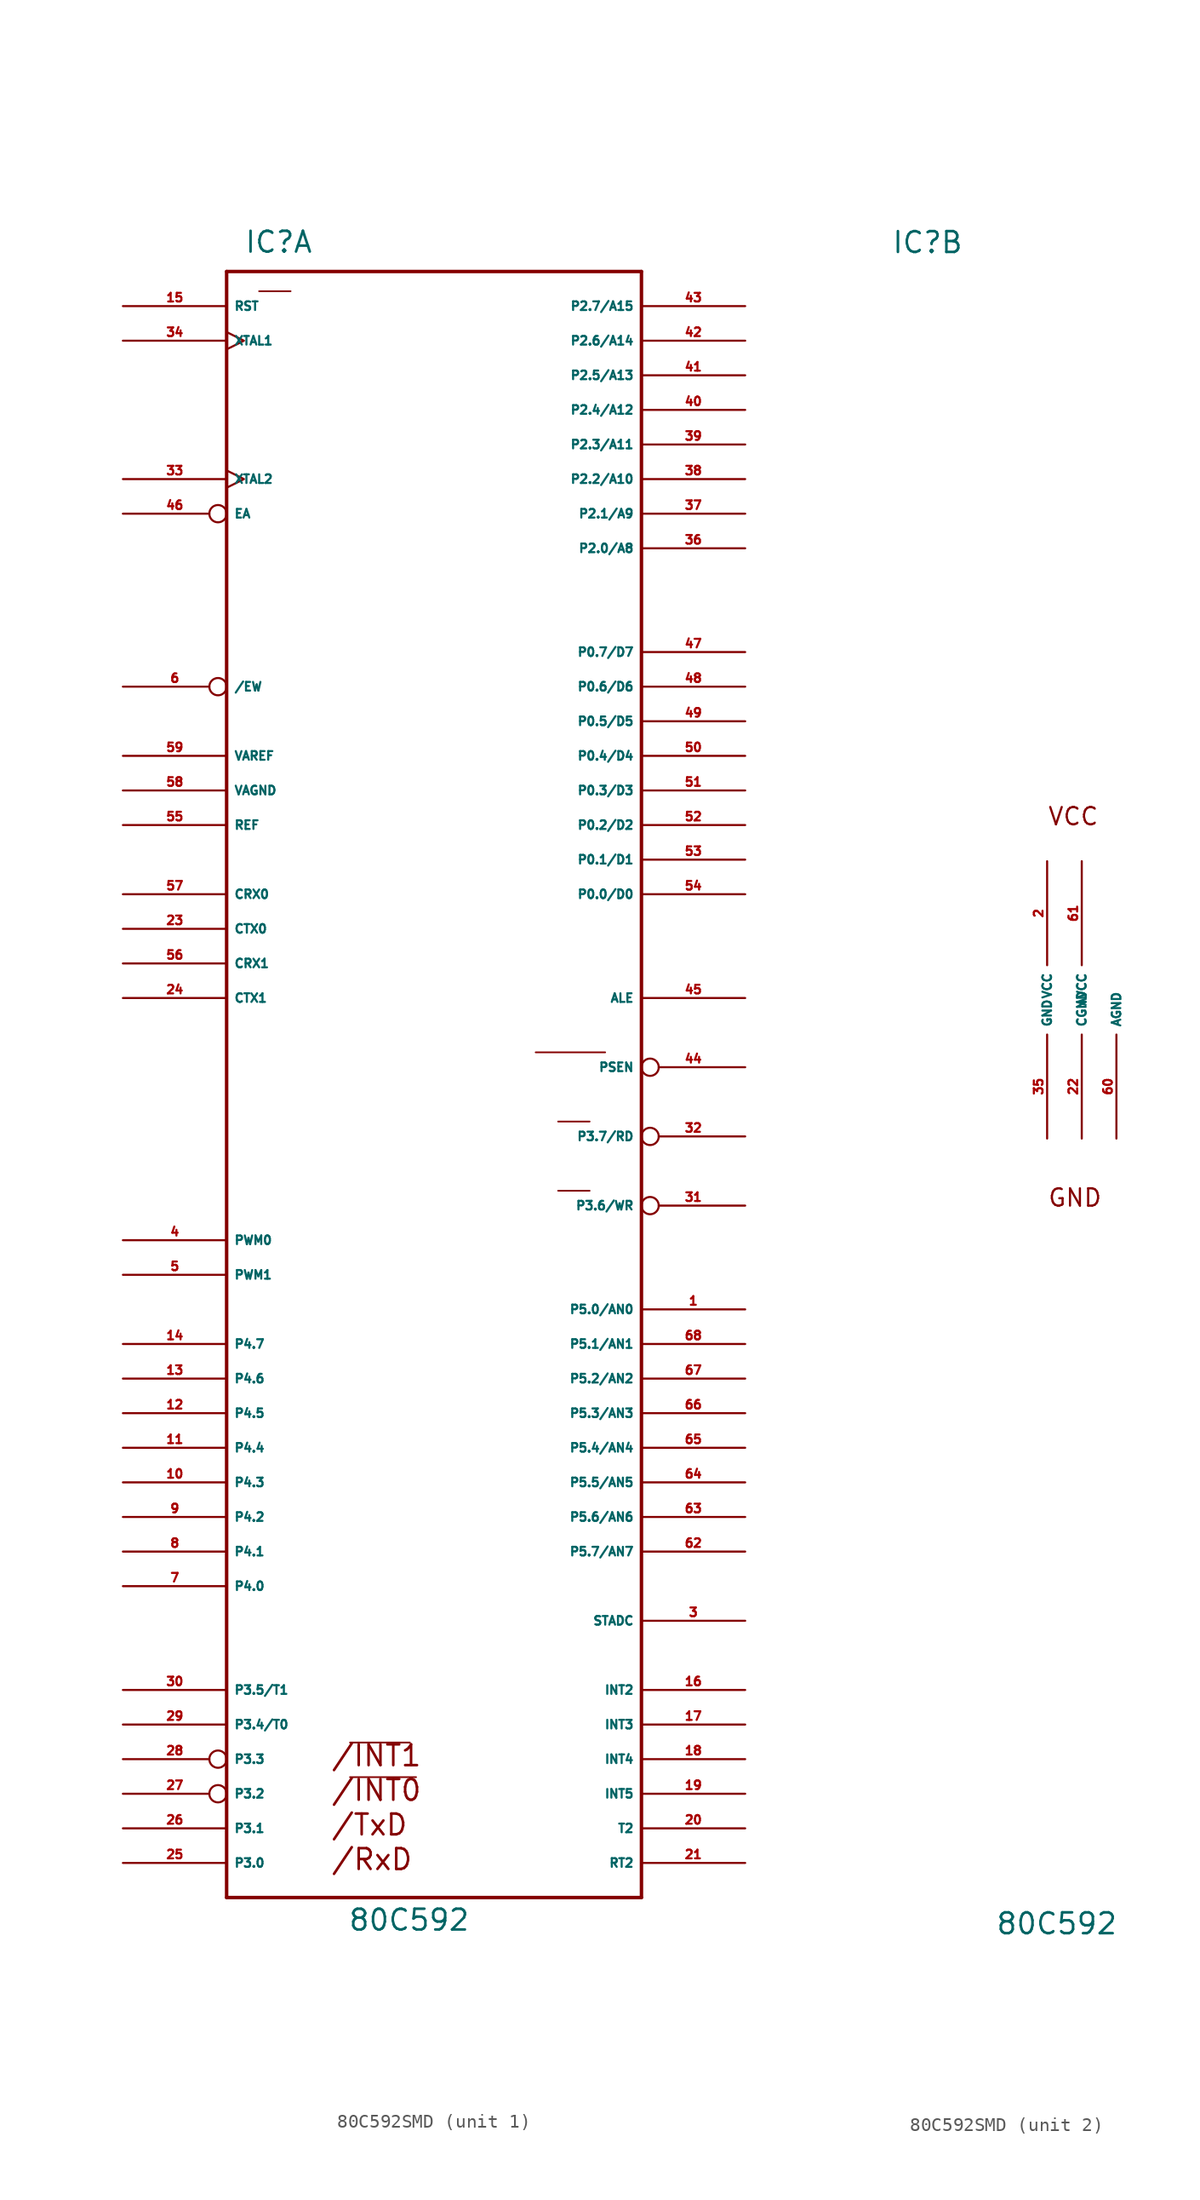
<source format=kicad_sym>
(kicad_symbol_lib
  (version 20220914)
  (generator Eagle2Kicad)
  (symbol "80C592SMD"
    (property "Reference" "IC"
      (at -11.43 54.61 0)
      (effects (font (size 1.524 1.524) (thickness 0.19)) (justify left bottom)))
    (property "Value" "80C592"
      (at -3.81 -68.58 0)
      (effects (font (size 1.524 1.524) (thickness 0.19)) (justify left bottom)))
    (symbol "80C592SMD_1_0"
      (polyline (pts (xy -3.632 -54.661) (xy 0.762 -54.661)) (stroke (width 0.127) (type default)) (fill (type none)))
      (polyline (pts (xy -3.632 -57.201) (xy 1.219 -57.201)) (stroke (width 0.127) (type default)) (fill (type none)))
      (polyline (pts (xy 11.659 -14.148) (xy 13.97 -14.148)) (stroke (width 0.127) (type default)) (fill (type none)))
      (polyline (pts (xy 11.659 -9.068) (xy 13.97 -9.068)) (stroke (width 0.127) (type default)) (fill (type none)))
      (polyline (pts (xy 10.008 -3.988) (xy 15.113 -3.988)) (stroke (width 0.127) (type default)) (fill (type none)))
      (polyline (pts (xy -10.312 51.892) (xy -8.001 51.892)) (stroke (width 0.127) (type default)) (fill (type none)))
      (polyline (pts (xy -12.7 -66.04) (xy 17.78 -66.04)) (stroke (width 0.254) (type default)) (fill (type none)))
      (polyline (pts (xy 17.78 -66.04) (xy 17.78 53.34)) (stroke (width 0.254) (type default)) (fill (type none)))
      (polyline (pts (xy 17.78 53.34) (xy -12.7 53.34)) (stroke (width 0.254) (type default)) (fill (type none)))
      (polyline (pts (xy -12.7 53.34) (xy -12.7 -66.04)) (stroke (width 0.254) (type default)) (fill (type none)))
      (text "/INT1" (at -5.08 -56.515 0) (effects (font (size 1.524 1.524) (thickness 0.19)) (justify left bottom)))
      (text "/INT0" (at -5.08 -59.055 0) (effects (font (size 1.524 1.524) (thickness 0.19)) (justify left bottom)))
      (text "/RxD" (at -5.08 -64.135 0) (effects (font (size 1.524 1.524) (thickness 0.19)) (justify left bottom)))
      (text "/TxD" (at -5.08 -61.595 0) (effects (font (size 1.524 1.524) (thickness 0.19)) (justify left bottom)))
      (pin input inverted (at -20.32 35.56 0) (length 7.62) (name "EA" (effects (font (size 0.635 0.635) (thickness 0.08)) (justify left bottom))) (number "46" (effects (font (size 0.635 0.635) (thickness 0.08)) (justify left bottom))))
      (pin bidirectional line (at 25.4 7.62 180) (length 7.62) (name "P0.0/D0" (effects (font (size 0.635 0.635) (thickness 0.08)) (justify left bottom))) (number "54" (effects (font (size 0.635 0.635) (thickness 0.08)) (justify left bottom))))
      (pin bidirectional line (at 25.4 10.16 180) (length 7.62) (name "P0.1/D1" (effects (font (size 0.635 0.635) (thickness 0.08)) (justify left bottom))) (number "53" (effects (font (size 0.635 0.635) (thickness 0.08)) (justify left bottom))))
      (pin bidirectional line (at 25.4 12.7 180) (length 7.62) (name "P0.2/D2" (effects (font (size 0.635 0.635) (thickness 0.08)) (justify left bottom))) (number "52" (effects (font (size 0.635 0.635) (thickness 0.08)) (justify left bottom))))
      (pin bidirectional line (at 25.4 15.24 180) (length 7.62) (name "P0.3/D3" (effects (font (size 0.635 0.635) (thickness 0.08)) (justify left bottom))) (number "51" (effects (font (size 0.635 0.635) (thickness 0.08)) (justify left bottom))))
      (pin bidirectional line (at 25.4 17.78 180) (length 7.62) (name "P0.4/D4" (effects (font (size 0.635 0.635) (thickness 0.08)) (justify left bottom))) (number "50" (effects (font (size 0.635 0.635) (thickness 0.08)) (justify left bottom))))
      (pin bidirectional line (at 25.4 20.32 180) (length 7.62) (name "P0.5/D5" (effects (font (size 0.635 0.635) (thickness 0.08)) (justify left bottom))) (number "49" (effects (font (size 0.635 0.635) (thickness 0.08)) (justify left bottom))))
      (pin bidirectional line (at 25.4 22.86 180) (length 7.62) (name "P0.6/D6" (effects (font (size 0.635 0.635) (thickness 0.08)) (justify left bottom))) (number "48" (effects (font (size 0.635 0.635) (thickness 0.08)) (justify left bottom))))
      (pin bidirectional line (at 25.4 25.4 180) (length 7.62) (name "P0.7/D7" (effects (font (size 0.635 0.635) (thickness 0.08)) (justify left bottom))) (number "47" (effects (font (size 0.635 0.635) (thickness 0.08)) (justify left bottom))))
      (pin bidirectional line (at 25.4 -22.86 180) (length 7.62) (name "P5.0/AN0" (effects (font (size 0.635 0.635) (thickness 0.08)) (justify left bottom))) (number "1" (effects (font (size 0.635 0.635) (thickness 0.08)) (justify left bottom))))
      (pin bidirectional line (at 25.4 -25.4 180) (length 7.62) (name "P5.1/AN1" (effects (font (size 0.635 0.635) (thickness 0.08)) (justify left bottom))) (number "68" (effects (font (size 0.635 0.635) (thickness 0.08)) (justify left bottom))))
      (pin bidirectional line (at 25.4 -27.94 180) (length 7.62) (name "P5.2/AN2" (effects (font (size 0.635 0.635) (thickness 0.08)) (justify left bottom))) (number "67" (effects (font (size 0.635 0.635) (thickness 0.08)) (justify left bottom))))
      (pin bidirectional line (at 25.4 -30.48 180) (length 7.62) (name "P5.3/AN3" (effects (font (size 0.635 0.635) (thickness 0.08)) (justify left bottom))) (number "66" (effects (font (size 0.635 0.635) (thickness 0.08)) (justify left bottom))))
      (pin bidirectional line (at 25.4 -33.02 180) (length 7.62) (name "P5.4/AN4" (effects (font (size 0.635 0.635) (thickness 0.08)) (justify left bottom))) (number "65" (effects (font (size 0.635 0.635) (thickness 0.08)) (justify left bottom))))
      (pin bidirectional line (at 25.4 -35.56 180) (length 7.62) (name "P5.5/AN5" (effects (font (size 0.635 0.635) (thickness 0.08)) (justify left bottom))) (number "64" (effects (font (size 0.635 0.635) (thickness 0.08)) (justify left bottom))))
      (pin bidirectional line (at 25.4 -38.1 180) (length 7.62) (name "P5.6/AN6" (effects (font (size 0.635 0.635) (thickness 0.08)) (justify left bottom))) (number "63" (effects (font (size 0.635 0.635) (thickness 0.08)) (justify left bottom))))
      (pin bidirectional line (at 25.4 -40.64 180) (length 7.62) (name "P5.7/AN7" (effects (font (size 0.635 0.635) (thickness 0.08)) (justify left bottom))) (number "62" (effects (font (size 0.635 0.635) (thickness 0.08)) (justify left bottom))))
      (pin input clock (at -20.32 48.26 0) (length 7.62) (name "XTAL1" (effects (font (size 0.635 0.635) (thickness 0.08)) (justify left bottom))) (number "34" (effects (font (size 0.635 0.635) (thickness 0.08)) (justify left bottom))))
      (pin input clock (at -20.32 38.1 0) (length 7.62) (name "XTAL2" (effects (font (size 0.635 0.635) (thickness 0.08)) (justify left bottom))) (number "33" (effects (font (size 0.635 0.635) (thickness 0.08)) (justify left bottom))))
      (pin input line (at -20.32 50.8 0) (length 7.62) (name "RST" (effects (font (size 0.635 0.635) (thickness 0.08)) (justify left bottom))) (number "15" (effects (font (size 0.635 0.635) (thickness 0.08)) (justify left bottom))))
      (pin output line (at 25.4 0 180) (length 7.62) (name "ALE" (effects (font (size 0.635 0.635) (thickness 0.08)) (justify left bottom))) (number "45" (effects (font (size 0.635 0.635) (thickness 0.08)) (justify left bottom))))
      (pin output inverted (at 25.4 -5.08 180) (length 7.62) (name "PSEN" (effects (font (size 0.635 0.635) (thickness 0.08)) (justify left bottom))) (number "44" (effects (font (size 0.635 0.635) (thickness 0.08)) (justify left bottom))))
      (pin bidirectional line (at -20.32 17.78 0) (length 7.62) (name "VAREF" (effects (font (size 0.635 0.635) (thickness 0.08)) (justify left bottom))) (number "59" (effects (font (size 0.635 0.635) (thickness 0.08)) (justify left bottom))))
      (pin bidirectional line (at -20.32 15.24 0) (length 7.62) (name "VAGND" (effects (font (size 0.635 0.635) (thickness 0.08)) (justify left bottom))) (number "58" (effects (font (size 0.635 0.635) (thickness 0.08)) (justify left bottom))))
      (pin bidirectional line (at -20.32 -35.56 0) (length 7.62) (name "P4.3" (effects (font (size 0.635 0.635) (thickness 0.08)) (justify left bottom))) (number "10" (effects (font (size 0.635 0.635) (thickness 0.08)) (justify left bottom))))
      (pin bidirectional line (at 25.4 33.02 180) (length 7.62) (name "P2.0/A8" (effects (font (size 0.635 0.635) (thickness 0.08)) (justify left bottom))) (number "36" (effects (font (size 0.635 0.635) (thickness 0.08)) (justify left bottom))))
      (pin bidirectional line (at -20.32 -38.1 0) (length 7.62) (name "P4.2" (effects (font (size 0.635 0.635) (thickness 0.08)) (justify left bottom))) (number "9" (effects (font (size 0.635 0.635) (thickness 0.08)) (justify left bottom))))
      (pin bidirectional line (at -20.32 -40.64 0) (length 7.62) (name "P4.1" (effects (font (size 0.635 0.635) (thickness 0.08)) (justify left bottom))) (number "8" (effects (font (size 0.635 0.635) (thickness 0.08)) (justify left bottom))))
      (pin bidirectional line (at -20.32 -43.18 0) (length 7.62) (name "P4.0" (effects (font (size 0.635 0.635) (thickness 0.08)) (justify left bottom))) (number "7" (effects (font (size 0.635 0.635) (thickness 0.08)) (justify left bottom))))
      (pin bidirectional line (at 25.4 35.56 180) (length 7.62) (name "P2.1/A9" (effects (font (size 0.635 0.635) (thickness 0.08)) (justify left bottom))) (number "37" (effects (font (size 0.635 0.635) (thickness 0.08)) (justify left bottom))))
      (pin bidirectional line (at 25.4 38.1 180) (length 7.62) (name "P2.2/A10" (effects (font (size 0.635 0.635) (thickness 0.08)) (justify left bottom))) (number "38" (effects (font (size 0.635 0.635) (thickness 0.08)) (justify left bottom))))
      (pin bidirectional line (at 25.4 40.64 180) (length 7.62) (name "P2.3/A11" (effects (font (size 0.635 0.635) (thickness 0.08)) (justify left bottom))) (number "39" (effects (font (size 0.635 0.635) (thickness 0.08)) (justify left bottom))))
      (pin bidirectional line (at 25.4 43.18 180) (length 7.62) (name "P2.4/A12" (effects (font (size 0.635 0.635) (thickness 0.08)) (justify left bottom))) (number "40" (effects (font (size 0.635 0.635) (thickness 0.08)) (justify left bottom))))
      (pin bidirectional line (at 25.4 45.72 180) (length 7.62) (name "P2.5/A13" (effects (font (size 0.635 0.635) (thickness 0.08)) (justify left bottom))) (number "41" (effects (font (size 0.635 0.635) (thickness 0.08)) (justify left bottom))))
      (pin bidirectional line (at 25.4 48.26 180) (length 7.62) (name "P2.6/A14" (effects (font (size 0.635 0.635) (thickness 0.08)) (justify left bottom))) (number "42" (effects (font (size 0.635 0.635) (thickness 0.08)) (justify left bottom))))
      (pin bidirectional line (at 25.4 50.8 180) (length 7.62) (name "P2.7/A15" (effects (font (size 0.635 0.635) (thickness 0.08)) (justify left bottom))) (number "43" (effects (font (size 0.635 0.635) (thickness 0.08)) (justify left bottom))))
      (pin bidirectional line (at 25.4 -50.8 180) (length 7.62) (name "INT2" (effects (font (size 0.635 0.635) (thickness 0.08)) (justify left bottom))) (number "16" (effects (font (size 0.635 0.635) (thickness 0.08)) (justify left bottom))))
      (pin bidirectional line (at 25.4 -53.34 180) (length 7.62) (name "INT3" (effects (font (size 0.635 0.635) (thickness 0.08)) (justify left bottom))) (number "17" (effects (font (size 0.635 0.635) (thickness 0.08)) (justify left bottom))))
      (pin bidirectional line (at 25.4 -55.88 180) (length 7.62) (name "INT4" (effects (font (size 0.635 0.635) (thickness 0.08)) (justify left bottom))) (number "18" (effects (font (size 0.635 0.635) (thickness 0.08)) (justify left bottom))))
      (pin bidirectional line (at 25.4 -58.42 180) (length 7.62) (name "INT5" (effects (font (size 0.635 0.635) (thickness 0.08)) (justify left bottom))) (number "19" (effects (font (size 0.635 0.635) (thickness 0.08)) (justify left bottom))))
      (pin bidirectional line (at 25.4 -60.96 180) (length 7.62) (name "T2" (effects (font (size 0.635 0.635) (thickness 0.08)) (justify left bottom))) (number "20" (effects (font (size 0.635 0.635) (thickness 0.08)) (justify left bottom))))
      (pin bidirectional line (at 25.4 -63.5 180) (length 7.62) (name "RT2" (effects (font (size 0.635 0.635) (thickness 0.08)) (justify left bottom))) (number "21" (effects (font (size 0.635 0.635) (thickness 0.08)) (justify left bottom))))
      (pin bidirectional line (at -20.32 5.08 0) (length 7.62) (name "CTX0" (effects (font (size 0.635 0.635) (thickness 0.08)) (justify left bottom))) (number "23" (effects (font (size 0.635 0.635) (thickness 0.08)) (justify left bottom))))
      (pin bidirectional line (at -20.32 0 0) (length 7.62) (name "CTX1" (effects (font (size 0.635 0.635) (thickness 0.08)) (justify left bottom))) (number "24" (effects (font (size 0.635 0.635) (thickness 0.08)) (justify left bottom))))
      (pin bidirectional line (at -20.32 -33.02 0) (length 7.62) (name "P4.4" (effects (font (size 0.635 0.635) (thickness 0.08)) (justify left bottom))) (number "11" (effects (font (size 0.635 0.635) (thickness 0.08)) (justify left bottom))))
      (pin bidirectional line (at -20.32 -30.48 0) (length 7.62) (name "P4.5" (effects (font (size 0.635 0.635) (thickness 0.08)) (justify left bottom))) (number "12" (effects (font (size 0.635 0.635) (thickness 0.08)) (justify left bottom))))
      (pin bidirectional line (at -20.32 -27.94 0) (length 7.62) (name "P4.6" (effects (font (size 0.635 0.635) (thickness 0.08)) (justify left bottom))) (number "13" (effects (font (size 0.635 0.635) (thickness 0.08)) (justify left bottom))))
      (pin bidirectional line (at -20.32 -25.4 0) (length 7.62) (name "P4.7" (effects (font (size 0.635 0.635) (thickness 0.08)) (justify left bottom))) (number "14" (effects (font (size 0.635 0.635) (thickness 0.08)) (justify left bottom))))
      (pin bidirectional line (at -20.32 -63.5 0) (length 7.62) (name "P3.0" (effects (font (size 0.635 0.635) (thickness 0.08)) (justify left bottom))) (number "25" (effects (font (size 0.635 0.635) (thickness 0.08)) (justify left bottom))))
      (pin bidirectional line (at -20.32 -60.96 0) (length 7.62) (name "P3.1" (effects (font (size 0.635 0.635) (thickness 0.08)) (justify left bottom))) (number "26" (effects (font (size 0.635 0.635) (thickness 0.08)) (justify left bottom))))
      (pin bidirectional inverted (at -20.32 -58.42 0) (length 7.62) (name "P3.2" (effects (font (size 0.635 0.635) (thickness 0.08)) (justify left bottom))) (number "27" (effects (font (size 0.635 0.635) (thickness 0.08)) (justify left bottom))))
      (pin bidirectional inverted (at -20.32 -55.88 0) (length 7.62) (name "P3.3" (effects (font (size 0.635 0.635) (thickness 0.08)) (justify left bottom))) (number "28" (effects (font (size 0.635 0.635) (thickness 0.08)) (justify left bottom))))
      (pin bidirectional line (at -20.32 -53.34 0) (length 7.62) (name "P3.4/T0" (effects (font (size 0.635 0.635) (thickness 0.08)) (justify left bottom))) (number "29" (effects (font (size 0.635 0.635) (thickness 0.08)) (justify left bottom))))
      (pin bidirectional line (at -20.32 -50.8 0) (length 7.62) (name "P3.5/T1" (effects (font (size 0.635 0.635) (thickness 0.08)) (justify left bottom))) (number "30" (effects (font (size 0.635 0.635) (thickness 0.08)) (justify left bottom))))
      (pin bidirectional inverted (at 25.4 -15.24 180) (length 7.62) (name "P3.6/WR" (effects (font (size 0.635 0.635) (thickness 0.08)) (justify left bottom))) (number "31" (effects (font (size 0.635 0.635) (thickness 0.08)) (justify left bottom))))
      (pin bidirectional inverted (at 25.4 -10.16 180) (length 7.62) (name "P3.7/RD" (effects (font (size 0.635 0.635) (thickness 0.08)) (justify left bottom))) (number "32" (effects (font (size 0.635 0.635) (thickness 0.08)) (justify left bottom))))
      (pin bidirectional line (at -20.32 12.7 0) (length 7.62) (name "REF" (effects (font (size 0.635 0.635) (thickness 0.08)) (justify left bottom))) (number "55" (effects (font (size 0.635 0.635) (thickness 0.08)) (justify left bottom))))
      (pin bidirectional line (at -20.32 7.62 0) (length 7.62) (name "CRX0" (effects (font (size 0.635 0.635) (thickness 0.08)) (justify left bottom))) (number "57" (effects (font (size 0.635 0.635) (thickness 0.08)) (justify left bottom))))
      (pin bidirectional line (at -20.32 2.54 0) (length 7.62) (name "CRX1" (effects (font (size 0.635 0.635) (thickness 0.08)) (justify left bottom))) (number "56" (effects (font (size 0.635 0.635) (thickness 0.08)) (justify left bottom))))
      (pin bidirectional line (at 25.4 -45.72 180) (length 7.62) (name "STADC" (effects (font (size 0.635 0.635) (thickness 0.08)) (justify left bottom))) (number "3" (effects (font (size 0.635 0.635) (thickness 0.08)) (justify left bottom))))
      (pin bidirectional line (at -20.32 -17.78 0) (length 7.62) (name "PWM0" (effects (font (size 0.635 0.635) (thickness 0.08)) (justify left bottom))) (number "4" (effects (font (size 0.635 0.635) (thickness 0.08)) (justify left bottom))))
      (pin bidirectional line (at -20.32 -20.32 0) (length 7.62) (name "PWM1" (effects (font (size 0.635 0.635) (thickness 0.08)) (justify left bottom))) (number "5" (effects (font (size 0.635 0.635) (thickness 0.08)) (justify left bottom))))
      (pin bidirectional inverted (at -20.32 22.86 0) (length 7.62) (name "/EW" (effects (font (size 0.635 0.635) (thickness 0.08)) (justify left bottom))) (number "6" (effects (font (size 0.635 0.635) (thickness 0.08)) (justify left bottom)))))
    (symbol "80C592SMD_2_0"
      (text "VCC" (at 0 12.7 0) (effects (font (size 1.27 1.27) (thickness 0.16)) (justify left bottom)))
      (text "GND" (at 0 -15.24 0) (effects (font (size 1.27 1.27) (thickness 0.16)) (justify left bottom)))
      (pin unspecified line (at 0 10.16 270) (length 7.62) (name "VCC" (effects (font (size 0.635 0.635) (thickness 0.08)) (justify left bottom))) (number "2" (effects (font (size 0.635 0.635) (thickness 0.08)) (justify left bottom))))
      (pin unspecified line (at 2.54 10.16 270) (length 7.62) (name "AVCC" (effects (font (size 0.635 0.635) (thickness 0.08)) (justify left bottom))) (number "61" (effects (font (size 0.635 0.635) (thickness 0.08)) (justify left bottom))))
      (pin unspecified line (at 0 -10.16 90) (length 7.62) (name "GND" (effects (font (size 0.635 0.635) (thickness 0.08)) (justify left bottom))) (number "35" (effects (font (size 0.635 0.635) (thickness 0.08)) (justify left bottom))))
      (pin unspecified line (at 2.54 -10.16 90) (length 7.62) (name "CGND" (effects (font (size 0.635 0.635) (thickness 0.08)) (justify left bottom))) (number "22" (effects (font (size 0.635 0.635) (thickness 0.08)) (justify left bottom))))
      (pin unspecified line (at 5.08 -10.16 90) (length 7.62) (name "AGND" (effects (font (size 0.635 0.635) (thickness 0.08)) (justify left bottom))) (number "60" (effects (font (size 0.635 0.635) (thickness 0.08)) (justify left bottom)))))))
</source>
